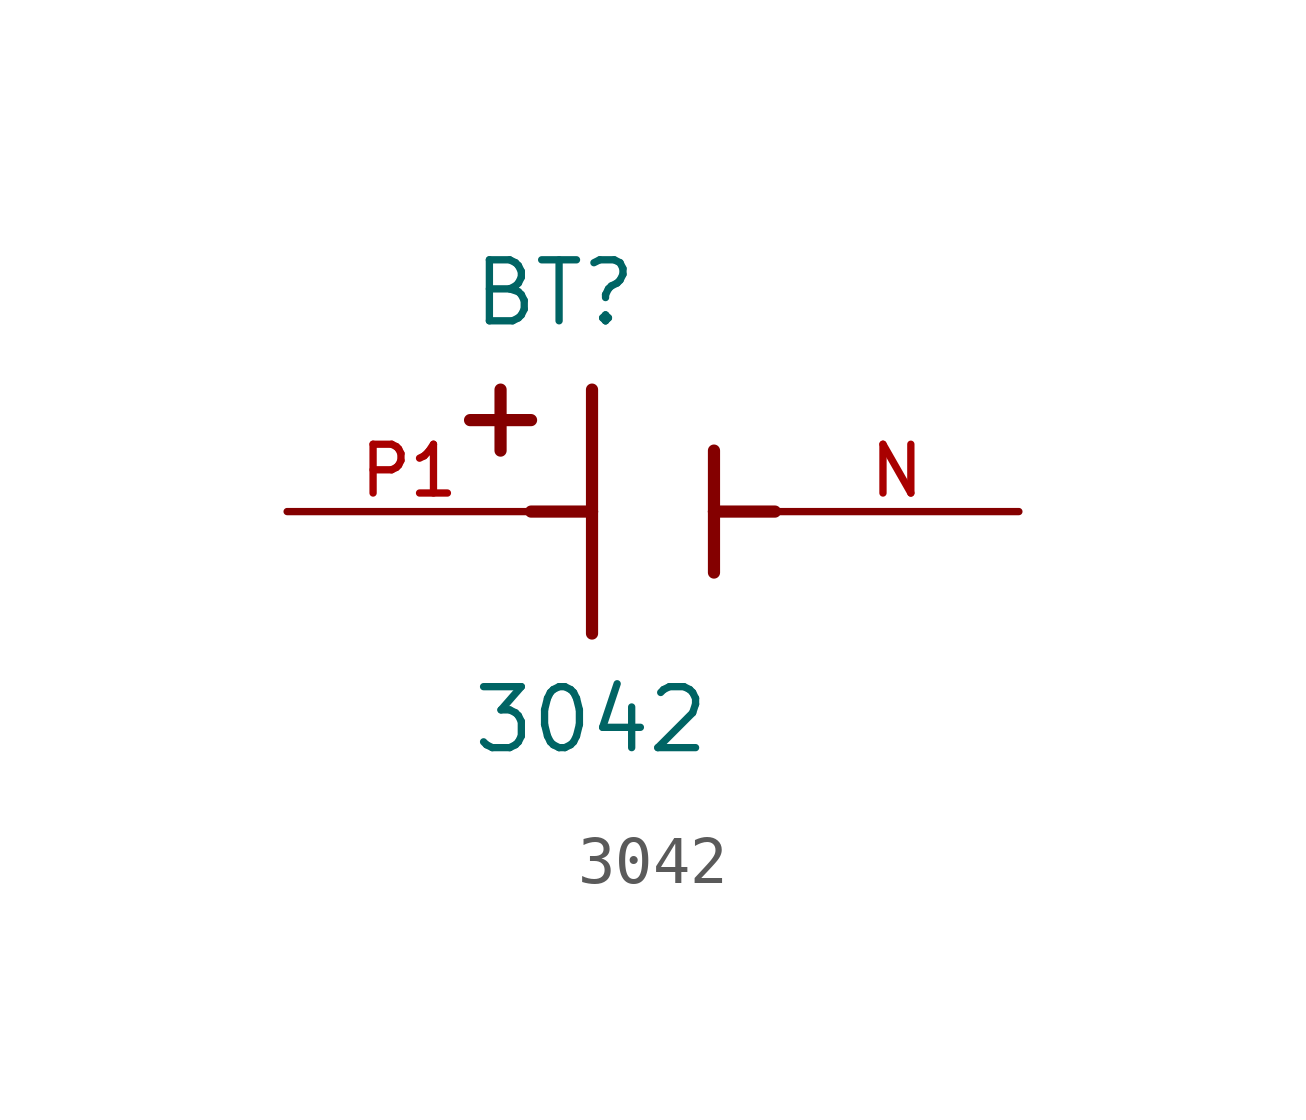
<source format=kicad_sym>
(kicad_symbol_lib
  (version 20211014)
  (generator kicad_symbol_editor)
  (symbol "3042"
    (pin_names
      (offset 1.016))
    (property "Reference" "BT"
      (at -3.81 3.81 0)
      (effects (font (size 1.27 1.27)) (justify bottom left)))
    (property "Value" "3042"
      (at -3.81 -5.08 0)
      (effects (font (size 1.27 1.27)) (justify bottom left)))
    (symbol "3042_0_0"
      (polyline (pts (xy -1.27 2.54) (xy -1.27 0.0)) (stroke (width 0.254)))
      (polyline (pts (xy -1.27 0.0) (xy -1.27 -2.54)) (stroke (width 0.254)))
      (polyline (pts (xy 1.27 1.27) (xy 1.27 0.0)) (stroke (width 0.254)))
      (polyline (pts (xy 1.27 0.0) (xy 1.27 -1.27)) (stroke (width 0.254)))
      (polyline (pts (xy -1.27 0.0) (xy -2.54 0.0)) (stroke (width 0.254)))
      (polyline (pts (xy 1.27 0.0) (xy 2.54 0.0)) (stroke (width 0.254)))
      (polyline (pts (xy -3.175 2.54) (xy -3.175 1.27)) (stroke (width 0.254)))
      (polyline (pts (xy -3.81 1.905) (xy -2.54 1.905)) (stroke (width 0.254)))
      (pin passive line (at -7.62 0.0 0) (length 5.08) (name "~" (effects (font (size 1.016 1.016)))) (number "P1" (effects (font (size 1.016 1.016)))))
      (pin passive line (at 7.62 0.0 180.0) (length 5.08) (name "~" (effects (font (size 1.016 1.016)))) (number "N" (effects (font (size 1.016 1.016))))))))
</source>
